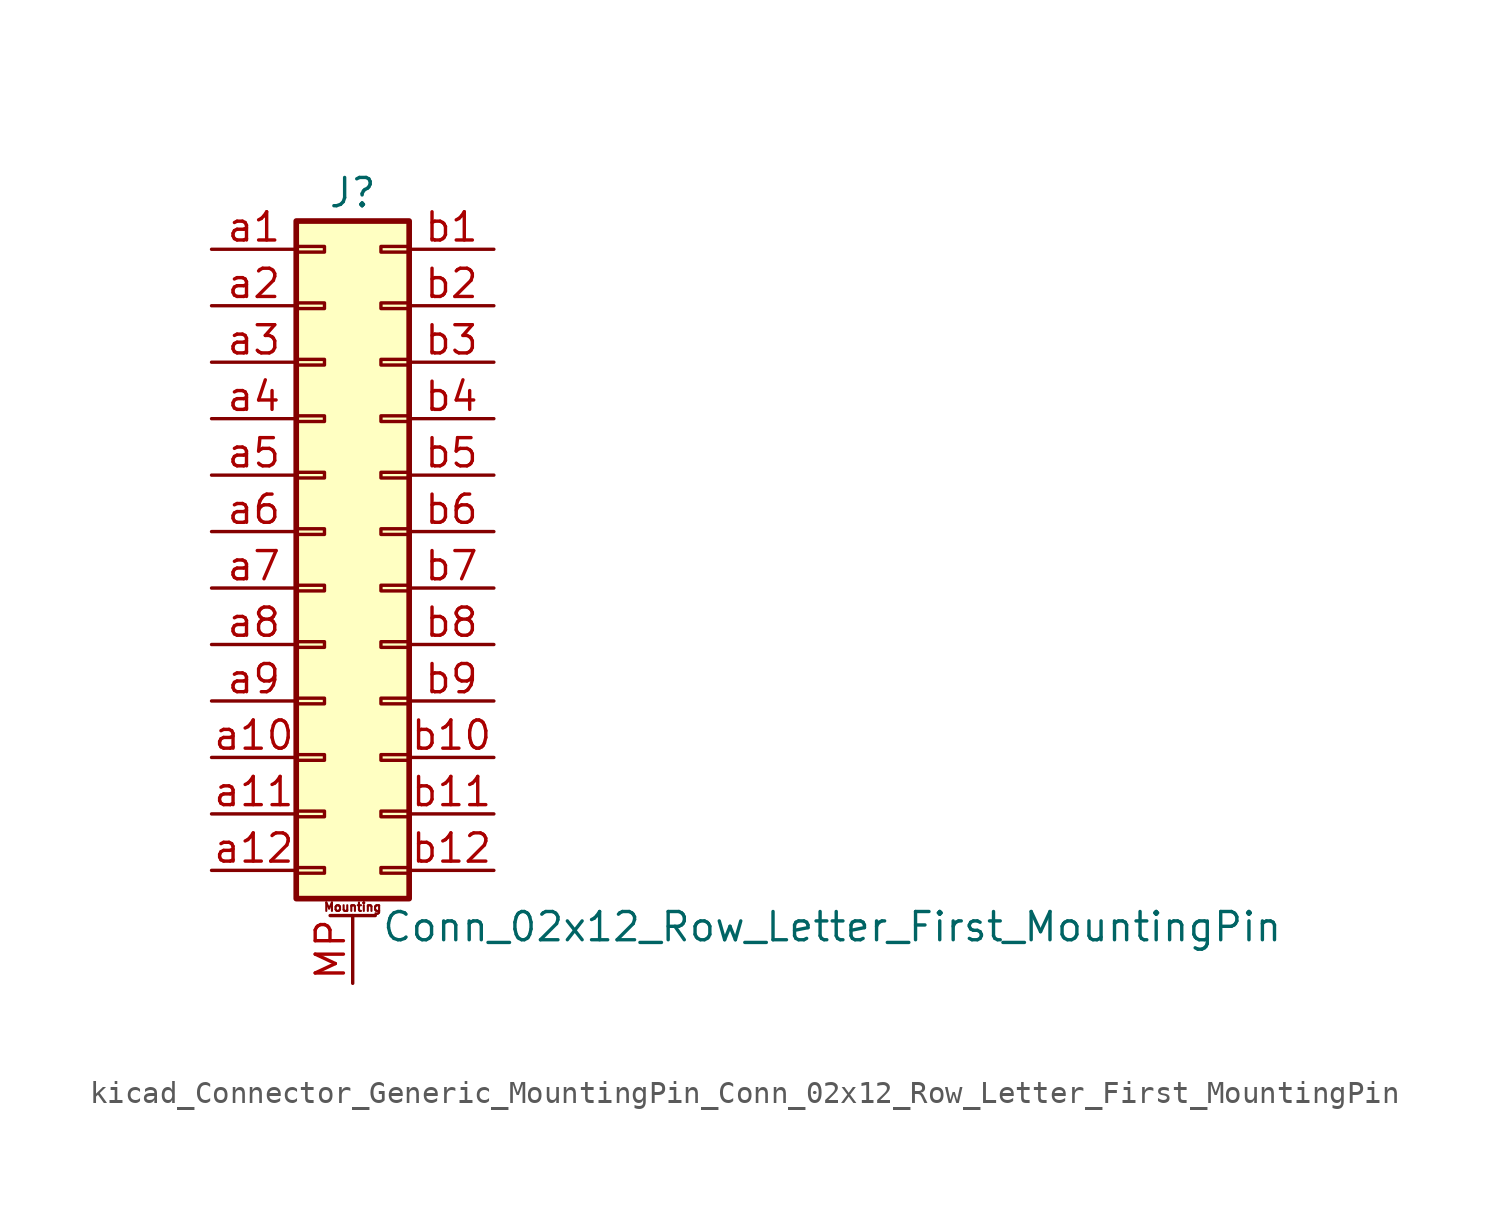
<source format=kicad_sym>
(kicad_symbol_lib
  (version 20220914)
  (generator kicad_symbol_editor)
  (symbol "kicad_Connector_Generic_MountingPin_Conn_02x12_Row_Letter_First_MountingPin"
    (pin_names
      (offset 1.016) hide)
    (property "Reference" "J"
      (at 1.27 15.24 0)
      (effects (font (size 1.27 1.27))))
    (property "Value" "Conn_02x12_Row_Letter_First_MountingPin"
      (at 2.54 -17.78 0)
      (effects (font (size 1.27 1.27)) (justify left)))
    (symbol "kicad_Connector_Generic_MountingPin_Conn_02x12_Row_Letter_First_MountingPin_1_1"
      (rectangle (start -1.27 -15.113) (end 0 -15.367) (stroke (width 0.152) (type default)) (fill (type none)))
      (rectangle (start -1.27 -12.573) (end 0 -12.827) (stroke (width 0.152) (type default)) (fill (type none)))
      (rectangle (start -1.27 -10.033) (end 0 -10.287) (stroke (width 0.152) (type default)) (fill (type none)))
      (rectangle (start -1.27 -7.493) (end 0 -7.747) (stroke (width 0.152) (type default)) (fill (type none)))
      (rectangle (start -1.27 -4.953) (end 0 -5.207) (stroke (width 0.152) (type default)) (fill (type none)))
      (rectangle (start -1.27 -2.413) (end 0 -2.667) (stroke (width 0.152) (type default)) (fill (type none)))
      (rectangle (start -1.27 0.127) (end 0 -0.127) (stroke (width 0.152) (type default)) (fill (type none)))
      (rectangle (start -1.27 2.667) (end 0 2.413) (stroke (width 0.152) (type default)) (fill (type none)))
      (rectangle (start -1.27 5.207) (end 0 4.953) (stroke (width 0.152) (type default)) (fill (type none)))
      (rectangle (start -1.27 7.747) (end 0 7.493) (stroke (width 0.152) (type default)) (fill (type none)))
      (rectangle (start -1.27 10.287) (end 0 10.033) (stroke (width 0.152) (type default)) (fill (type none)))
      (rectangle (start -1.27 12.827) (end 0 12.573) (stroke (width 0.152) (type default)) (fill (type none)))
      (rectangle (start -1.27 13.97) (end 3.81 -16.51) (stroke (width 0.254) (type default)) (fill (type background)))
      (polyline (pts (xy 0.254 -17.272) (xy 2.286 -17.272)) (stroke (width 0.152) (type default)) (fill (type none)))
      (rectangle (start 3.81 -15.113) (end 2.54 -15.367) (stroke (width 0.152) (type default)) (fill (type none)))
      (rectangle (start 3.81 -12.573) (end 2.54 -12.827) (stroke (width 0.152) (type default)) (fill (type none)))
      (rectangle (start 3.81 -10.033) (end 2.54 -10.287) (stroke (width 0.152) (type default)) (fill (type none)))
      (rectangle (start 3.81 -7.493) (end 2.54 -7.747) (stroke (width 0.152) (type default)) (fill (type none)))
      (rectangle (start 3.81 -4.953) (end 2.54 -5.207) (stroke (width 0.152) (type default)) (fill (type none)))
      (rectangle (start 3.81 -2.413) (end 2.54 -2.667) (stroke (width 0.152) (type default)) (fill (type none)))
      (rectangle (start 3.81 0.127) (end 2.54 -0.127) (stroke (width 0.152) (type default)) (fill (type none)))
      (rectangle (start 3.81 2.667) (end 2.54 2.413) (stroke (width 0.152) (type default)) (fill (type none)))
      (rectangle (start 3.81 5.207) (end 2.54 4.953) (stroke (width 0.152) (type default)) (fill (type none)))
      (rectangle (start 3.81 7.747) (end 2.54 7.493) (stroke (width 0.152) (type default)) (fill (type none)))
      (rectangle (start 3.81 10.287) (end 2.54 10.033) (stroke (width 0.152) (type default)) (fill (type none)))
      (rectangle (start 3.81 12.827) (end 2.54 12.573) (stroke (width 0.152) (type default)) (fill (type none)))
      (text "Mounting" (at 1.27 -16.891 0) (effects (font (size 0.381 0.381))))
      (pin passive line (at 1.27 -20.32 90) (length 3.048) (name "MountPin" (effects (font (size 1.27 1.27)))) (number "MP" (effects (font (size 1.27 1.27)))))
      (pin passive line (at -5.08 12.7 0) (length 3.81) (name "Pin_a1" (effects (font (size 1.27 1.27)))) (number "a1" (effects (font (size 1.27 1.27)))))
      (pin passive line (at -5.08 -10.16 0) (length 3.81) (name "Pin_a10" (effects (font (size 1.27 1.27)))) (number "a10" (effects (font (size 1.27 1.27)))))
      (pin passive line (at -5.08 -12.7 0) (length 3.81) (name "Pin_a11" (effects (font (size 1.27 1.27)))) (number "a11" (effects (font (size 1.27 1.27)))))
      (pin passive line (at -5.08 -15.24 0) (length 3.81) (name "Pin_a12" (effects (font (size 1.27 1.27)))) (number "a12" (effects (font (size 1.27 1.27)))))
      (pin passive line (at -5.08 10.16 0) (length 3.81) (name "Pin_a2" (effects (font (size 1.27 1.27)))) (number "a2" (effects (font (size 1.27 1.27)))))
      (pin passive line (at -5.08 7.62 0) (length 3.81) (name "Pin_a3" (effects (font (size 1.27 1.27)))) (number "a3" (effects (font (size 1.27 1.27)))))
      (pin passive line (at -5.08 5.08 0) (length 3.81) (name "Pin_a4" (effects (font (size 1.27 1.27)))) (number "a4" (effects (font (size 1.27 1.27)))))
      (pin passive line (at -5.08 2.54 0) (length 3.81) (name "Pin_a5" (effects (font (size 1.27 1.27)))) (number "a5" (effects (font (size 1.27 1.27)))))
      (pin passive line (at -5.08 0 0) (length 3.81) (name "Pin_a6" (effects (font (size 1.27 1.27)))) (number "a6" (effects (font (size 1.27 1.27)))))
      (pin passive line (at -5.08 -2.54 0) (length 3.81) (name "Pin_a7" (effects (font (size 1.27 1.27)))) (number "a7" (effects (font (size 1.27 1.27)))))
      (pin passive line (at -5.08 -5.08 0) (length 3.81) (name "Pin_a8" (effects (font (size 1.27 1.27)))) (number "a8" (effects (font (size 1.27 1.27)))))
      (pin passive line (at -5.08 -7.62 0) (length 3.81) (name "Pin_a9" (effects (font (size 1.27 1.27)))) (number "a9" (effects (font (size 1.27 1.27)))))
      (pin passive line (at 7.62 12.7 180) (length 3.81) (name "Pin_b1" (effects (font (size 1.27 1.27)))) (number "b1" (effects (font (size 1.27 1.27)))))
      (pin passive line (at 7.62 -10.16 180) (length 3.81) (name "Pin_b10" (effects (font (size 1.27 1.27)))) (number "b10" (effects (font (size 1.27 1.27)))))
      (pin passive line (at 7.62 -12.7 180) (length 3.81) (name "Pin_b11" (effects (font (size 1.27 1.27)))) (number "b11" (effects (font (size 1.27 1.27)))))
      (pin passive line (at 7.62 -15.24 180) (length 3.81) (name "Pin_b12" (effects (font (size 1.27 1.27)))) (number "b12" (effects (font (size 1.27 1.27)))))
      (pin passive line (at 7.62 10.16 180) (length 3.81) (name "Pin_b2" (effects (font (size 1.27 1.27)))) (number "b2" (effects (font (size 1.27 1.27)))))
      (pin passive line (at 7.62 7.62 180) (length 3.81) (name "Pin_b3" (effects (font (size 1.27 1.27)))) (number "b3" (effects (font (size 1.27 1.27)))))
      (pin passive line (at 7.62 5.08 180) (length 3.81) (name "Pin_b4" (effects (font (size 1.27 1.27)))) (number "b4" (effects (font (size 1.27 1.27)))))
      (pin passive line (at 7.62 2.54 180) (length 3.81) (name "Pin_b5" (effects (font (size 1.27 1.27)))) (number "b5" (effects (font (size 1.27 1.27)))))
      (pin passive line (at 7.62 0 180) (length 3.81) (name "Pin_b6" (effects (font (size 1.27 1.27)))) (number "b6" (effects (font (size 1.27 1.27)))))
      (pin passive line (at 7.62 -2.54 180) (length 3.81) (name "Pin_b7" (effects (font (size 1.27 1.27)))) (number "b7" (effects (font (size 1.27 1.27)))))
      (pin passive line (at 7.62 -5.08 180) (length 3.81) (name "Pin_b8" (effects (font (size 1.27 1.27)))) (number "b8" (effects (font (size 1.27 1.27)))))
      (pin passive line (at 7.62 -7.62 180) (length 3.81) (name "Pin_b9" (effects (font (size 1.27 1.27)))) (number "b9" (effects (font (size 1.27 1.27))))))))
</source>
